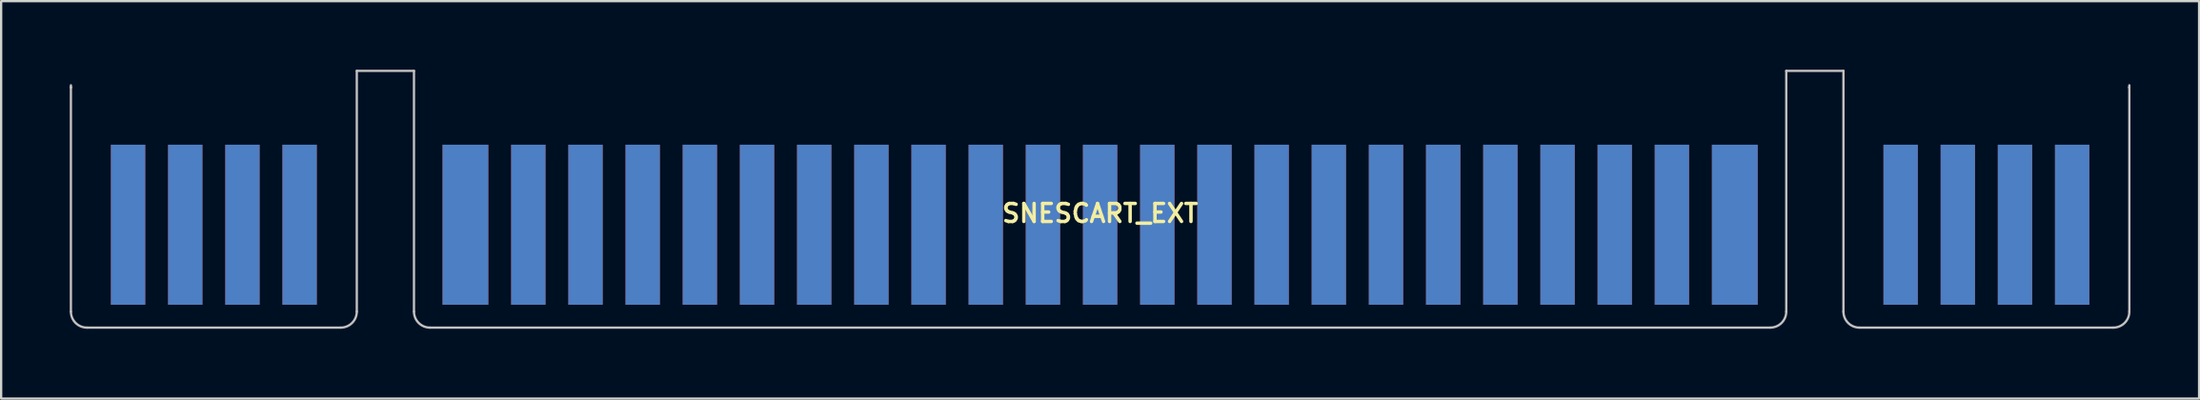
<source format=kicad_pcb>
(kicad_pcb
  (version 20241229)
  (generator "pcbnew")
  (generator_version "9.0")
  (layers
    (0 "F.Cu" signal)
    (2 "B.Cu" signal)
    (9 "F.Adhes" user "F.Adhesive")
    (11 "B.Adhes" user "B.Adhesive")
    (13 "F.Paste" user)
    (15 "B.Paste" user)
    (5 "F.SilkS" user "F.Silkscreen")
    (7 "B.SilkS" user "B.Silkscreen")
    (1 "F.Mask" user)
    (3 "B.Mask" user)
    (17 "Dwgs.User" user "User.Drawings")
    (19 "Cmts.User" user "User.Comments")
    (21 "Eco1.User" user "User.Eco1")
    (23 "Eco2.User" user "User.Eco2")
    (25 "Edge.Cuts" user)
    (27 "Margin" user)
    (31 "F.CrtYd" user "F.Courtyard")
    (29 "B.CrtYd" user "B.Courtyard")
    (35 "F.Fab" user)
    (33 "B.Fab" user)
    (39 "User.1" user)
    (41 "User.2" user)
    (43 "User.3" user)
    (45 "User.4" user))
  (footprint "SNESCART_EXT"
    (layer "F.Cu")
    (at 45.05 6.28)
    (property "Reference" "SNESCART_EXT" (at 0 0 0) (layer "F.SilkS") (effects (font (size 0.787 0.787) (thickness 0.15))))
    (attr through_hole)
    (fp_poly (pts (xy -45 -3.1) (xy -32.5 -3.1) (xy -32.5 5.1) (xy -45 5.1)) (stroke (width 0.01) (type solid)) (fill yes) (layer "F.Mask"))
    (fp_poly (pts (xy -30 -3.1) (xy 30 -3.1) (xy 30 5.1) (xy -30 5.1)) (stroke (width 0.01) (type solid)) (fill yes) (layer "F.Mask"))
    (fp_poly (pts (xy 32.5 -3.1) (xy 45 -3.1) (xy 45 5.1) (xy 32.5 5.1)) (stroke (width 0.01) (type solid)) (fill yes) (layer "F.Mask"))
    (fp_poly (pts (xy -45 -3.1) (xy -32.5 -3.1) (xy -32.5 5.1) (xy -45 5.1)) (stroke (width 0.01) (type solid)) (fill yes) (layer "B.Mask"))
    (fp_poly (pts (xy -30 -3.1) (xy 30 -3.1) (xy 30 5.1) (xy -30 5.1)) (stroke (width 0.01) (type solid)) (fill yes) (layer "B.Mask"))
    (fp_poly (pts (xy 32.5 -3.1) (xy 45 -3.1) (xy 45 5.1) (xy 32.5 5.1)) (stroke (width 0.01) (type solid)) (fill yes) (layer "B.Mask"))
    (fp_line (start -45 -5.53) (end -45 -5.5) (stroke (width 0.1) (type solid)) (layer "Dwgs.User"))
    (fp_line (start -45 -5.5) (end -45 -5.6) (stroke (width 0.1) (type solid)) (layer "Dwgs.User"))
    (fp_line (start -45 -5.5) (end -45 4.3) (stroke (width 0.1) (type solid)) (layer "Dwgs.User"))
    (fp_line (start -44.3 5) (end -33.2 5) (stroke (width 0.1) (type solid)) (layer "Dwgs.User"))
    (fp_line (start -32.5 -6.23) (end -30 -6.23) (stroke (width 0.1) (type solid)) (layer "Dwgs.User"))
    (fp_line (start -32.5 4.3) (end -32.5 -6.23) (stroke (width 0.1) (type solid)) (layer "Dwgs.User"))
    (fp_line (start -30 -6.23) (end -30 4.3) (stroke (width 0.1) (type solid)) (layer "Dwgs.User"))
    (fp_line (start -29.3 5) (end 29.3 5) (stroke (width 0.1) (type solid)) (layer "Dwgs.User"))
    (fp_line (start 30 -6.23) (end 32.5 -6.23) (stroke (width 0.1) (type solid)) (layer "Dwgs.User"))
    (fp_line (start 30 4.3) (end 30 -6.23) (stroke (width 0.1) (type solid)) (layer "Dwgs.User"))
    (fp_line (start 32.5 -6.23) (end 32.5 4.3) (stroke (width 0.1) (type solid)) (layer "Dwgs.User"))
    (fp_line (start 33.2 5) (end 44.3 5) (stroke (width 0.1) (type solid)) (layer "Dwgs.User"))
    (fp_line (start 45 -5.5) (end 45 -5.6) (stroke (width 0.1) (type solid)) (layer "Dwgs.User"))
    (fp_line (start 45 -5.5) (end 45 -5.53) (stroke (width 0.1) (type solid)) (layer "Dwgs.User"))
    (fp_line (start 45 4.3) (end 45 -5.5) (stroke (width 0.1) (type solid)) (layer "Dwgs.User"))
    (fp_arc (start -44.3 5) (mid -44.794975 4.794975) (end -45 4.3) (stroke (width 0.1) (type solid)) (layer "Dwgs.User"))
    (fp_arc (start -32.5 4.3) (mid -32.705025 4.794975) (end -33.2 5) (stroke (width 0.1) (type solid)) (layer "Dwgs.User"))
    (fp_arc (start -29.3 5) (mid -29.794975 4.794975) (end -30 4.3) (stroke (width 0.1) (type solid)) (layer "Dwgs.User"))
    (fp_arc (start 30 4.3) (mid 29.794975 4.794975) (end 29.3 5) (stroke (width 0.1) (type solid)) (layer "Dwgs.User"))
    (fp_arc (start 33.2 5) (mid 32.705025 4.794975) (end 32.5 4.3) (stroke (width 0.1) (type solid)) (layer "Dwgs.User"))
    (fp_arc (start 45 4.3) (mid 44.794975 4.794975) (end 44.3 5) (stroke (width 0.1) (type solid)) (layer "Dwgs.User"))
    (pad "1" smd rect (at -42.5 0.5 90) (size 7 1.5) (layers "F.Cu" "F.Mask" "F.Paste"))
    (pad "2" smd rect (at -40 0.5 90) (size 7 1.5) (layers "F.Cu" "F.Mask" "F.Paste"))
    (pad "3" smd rect (at -37.5 0.5 90) (size 7 1.5) (layers "F.Cu" "F.Mask" "F.Paste"))
    (pad "4" smd rect (at -35 0.5 90) (size 7 1.5) (layers "F.Cu" "F.Mask" "F.Paste"))
    (pad "5" smd rect (at -27.75 0.5 90) (size 7 2) (layers "F.Cu" "F.Mask" "F.Paste"))
    (pad "6" smd rect (at -25 0.5 90) (size 7 1.5) (layers "F.Cu" "F.Mask" "F.Paste"))
    (pad "7" smd rect (at -22.5 0.5 90) (size 7 1.5) (layers "F.Cu" "F.Mask" "F.Paste"))
    (pad "8" smd rect (at -20 0.5 90) (size 7 1.5) (layers "F.Cu" "F.Mask" "F.Paste"))
    (pad "9" smd rect (at -17.5 0.5 90) (size 7 1.5) (layers "F.Cu" "F.Mask" "F.Paste"))
    (pad "10" smd rect (at -15 0.5 90) (size 7 1.5) (layers "F.Cu" "F.Mask" "F.Paste"))
    (pad "11" smd rect (at -12.5 0.5 90) (size 7 1.5) (layers "F.Cu" "F.Mask" "F.Paste"))
    (pad "12" smd rect (at -10 0.5 90) (size 7 1.5) (layers "F.Cu" "F.Mask" "F.Paste"))
    (pad "13" smd rect (at -7.5 0.5 90) (size 7 1.5) (layers "F.Cu" "F.Mask" "F.Paste"))
    (pad "14" smd rect (at -5 0.5 90) (size 7 1.5) (layers "F.Cu" "F.Mask" "F.Paste"))
    (pad "15" smd rect (at -2.5 0.5 90) (size 7 1.5) (layers "F.Cu" "F.Mask" "F.Paste"))
    (pad "16" smd rect (at 0 0.5 90) (size 7 1.5) (layers "F.Cu" "F.Mask" "F.Paste"))
    (pad "17" smd rect (at 2.5 0.5 90) (size 7 1.5) (layers "F.Cu" "F.Mask" "F.Paste"))
    (pad "18" smd rect (at 5 0.5 90) (size 7 1.5) (layers "F.Cu" "F.Mask" "F.Paste"))
    (pad "19" smd rect (at 7.5 0.5 90) (size 7 1.5) (layers "F.Cu" "F.Mask" "F.Paste"))
    (pad "20" smd rect (at 10 0.5 90) (size 7 1.5) (layers "F.Cu" "F.Mask" "F.Paste"))
    (pad "21" smd rect (at 12.5 0.5 90) (size 7 1.5) (layers "F.Cu" "F.Mask" "F.Paste"))
    (pad "22" smd rect (at 15 0.5 90) (size 7 1.5) (layers "F.Cu" "F.Mask" "F.Paste"))
    (pad "23" smd rect (at 17.5 0.5 90) (size 7 1.5) (layers "F.Cu" "F.Mask" "F.Paste"))
    (pad "24" smd rect (at 20 0.5 90) (size 7 1.5) (layers "F.Cu" "F.Mask" "F.Paste"))
    (pad "25" smd rect (at 22.5 0.5 90) (size 7 1.5) (layers "F.Cu" "F.Mask" "F.Paste"))
    (pad "26" smd rect (at 25 0.5 90) (size 7 1.5) (layers "F.Cu" "F.Mask" "F.Paste"))
    (pad "27" smd rect (at 27.75 0.5 90) (size 7 2) (layers "F.Cu" "F.Mask" "F.Paste"))
    (pad "28" smd rect (at 35 0.5 90) (size 7 1.5) (layers "F.Cu" "F.Mask" "F.Paste"))
    (pad "29" smd rect (at 37.5 0.5 90) (size 7 1.5) (layers "F.Cu" "F.Mask" "F.Paste"))
    (pad "30" smd rect (at 40 0.5 90) (size 7 1.5) (layers "F.Cu" "F.Mask" "F.Paste"))
    (pad "31" smd rect (at 42.5 0.5 90) (size 7 1.5) (layers "F.Cu" "F.Mask" "F.Paste"))
    (pad "32" smd rect (at -42.5 0.5 90) (size 7 1.5) (layers "B.Cu" "B.Mask" "B.Paste"))
    (pad "33" smd rect (at -40 0.5 90) (size 7 1.5) (layers "B.Cu" "B.Mask" "B.Paste"))
    (pad "34" smd rect (at -37.5 0.5 90) (size 7 1.5) (layers "B.Cu" "B.Mask" "B.Paste"))
    (pad "35" smd rect (at -35 0.5 90) (size 7 1.5) (layers "B.Cu" "B.Mask" "B.Paste"))
    (pad "36" smd rect (at -27.75 0.5 90) (size 7 2) (layers "B.Cu" "B.Mask" "B.Paste"))
    (pad "37" smd rect (at -25 0.5 90) (size 7 1.5) (layers "B.Cu" "B.Mask" "B.Paste"))
    (pad "38" smd rect (at -22.5 0.5 90) (size 7 1.5) (layers "B.Cu" "B.Mask" "B.Paste"))
    (pad "39" smd rect (at -20 0.5 90) (size 7 1.5) (layers "B.Cu" "B.Mask" "B.Paste"))
    (pad "40" smd rect (at -17.5 0.5 90) (size 7 1.5) (layers "B.Cu" "B.Mask" "B.Paste"))
    (pad "41" smd rect (at -15 0.5 90) (size 7 1.5) (layers "B.Cu" "B.Mask" "B.Paste"))
    (pad "42" smd rect (at -12.5 0.5 90) (size 7 1.5) (layers "B.Cu" "B.Mask" "B.Paste"))
    (pad "43" smd rect (at -10 0.5 90) (size 7 1.5) (layers "B.Cu" "B.Mask" "B.Paste"))
    (pad "44" smd rect (at -7.5 0.5 90) (size 7 1.5) (layers "B.Cu" "B.Mask" "B.Paste"))
    (pad "45" smd rect (at -5 0.5 90) (size 7 1.5) (layers "B.Cu" "B.Mask" "B.Paste"))
    (pad "46" smd rect (at -2.5 0.5 90) (size 7 1.5) (layers "B.Cu" "B.Mask" "B.Paste"))
    (pad "47" smd rect (at 0 0.5 90) (size 7 1.5) (layers "B.Cu" "B.Mask" "B.Paste"))
    (pad "48" smd rect (at 2.5 0.5 90) (size 7 1.5) (layers "B.Cu" "B.Mask" "B.Paste"))
    (pad "49" smd rect (at 5 0.5 90) (size 7 1.5) (layers "B.Cu" "B.Mask" "B.Paste"))
    (pad "50" smd rect (at 7.5 0.5 90) (size 7 1.5) (layers "B.Cu" "B.Mask" "B.Paste"))
    (pad "51" smd rect (at 10 0.5 90) (size 7 1.5) (layers "B.Cu" "B.Mask" "B.Paste"))
    (pad "52" smd rect (at 12.5 0.5 90) (size 7 1.5) (layers "B.Cu" "B.Mask" "B.Paste"))
    (pad "53" smd rect (at 15 0.5 90) (size 7 1.5) (layers "B.Cu" "B.Mask" "B.Paste"))
    (pad "54" smd rect (at 17.5 0.5 90) (size 7 1.5) (layers "B.Cu" "B.Mask" "B.Paste"))
    (pad "55" smd rect (at 20 0.5 90) (size 7 1.5) (layers "B.Cu" "B.Mask" "B.Paste"))
    (pad "56" smd rect (at 22.5 0.5 90) (size 7 1.5) (layers "B.Cu" "B.Mask" "B.Paste"))
    (pad "57" smd rect (at 25 0.5 90) (size 7 1.5) (layers "B.Cu" "B.Mask" "B.Paste"))
    (pad "58" smd rect (at 27.75 0.5 90) (size 7 2) (layers "B.Cu" "B.Mask" "B.Paste"))
    (pad "59" smd rect (at 35 0.5 90) (size 7 1.5) (layers "B.Cu" "B.Mask" "B.Paste"))
    (pad "60" smd rect (at 37.5 0.5 90) (size 7 1.5) (layers "B.Cu" "B.Mask" "B.Paste"))
    (pad "61" smd rect (at 40 0.5 90) (size 7 1.5) (layers "B.Cu" "B.Mask" "B.Paste"))
    (pad "62" smd rect (at 42.5 0.5 90) (size 7 1.5) (layers "B.Cu" "B.Mask" "B.Paste")))
  (gr_rect
    (start -3 -3)
    (end 93.1 14.385)
    (stroke (width 0.1) (type default))
    (fill no)
    (layer "Edge.Cuts")))
</source>
